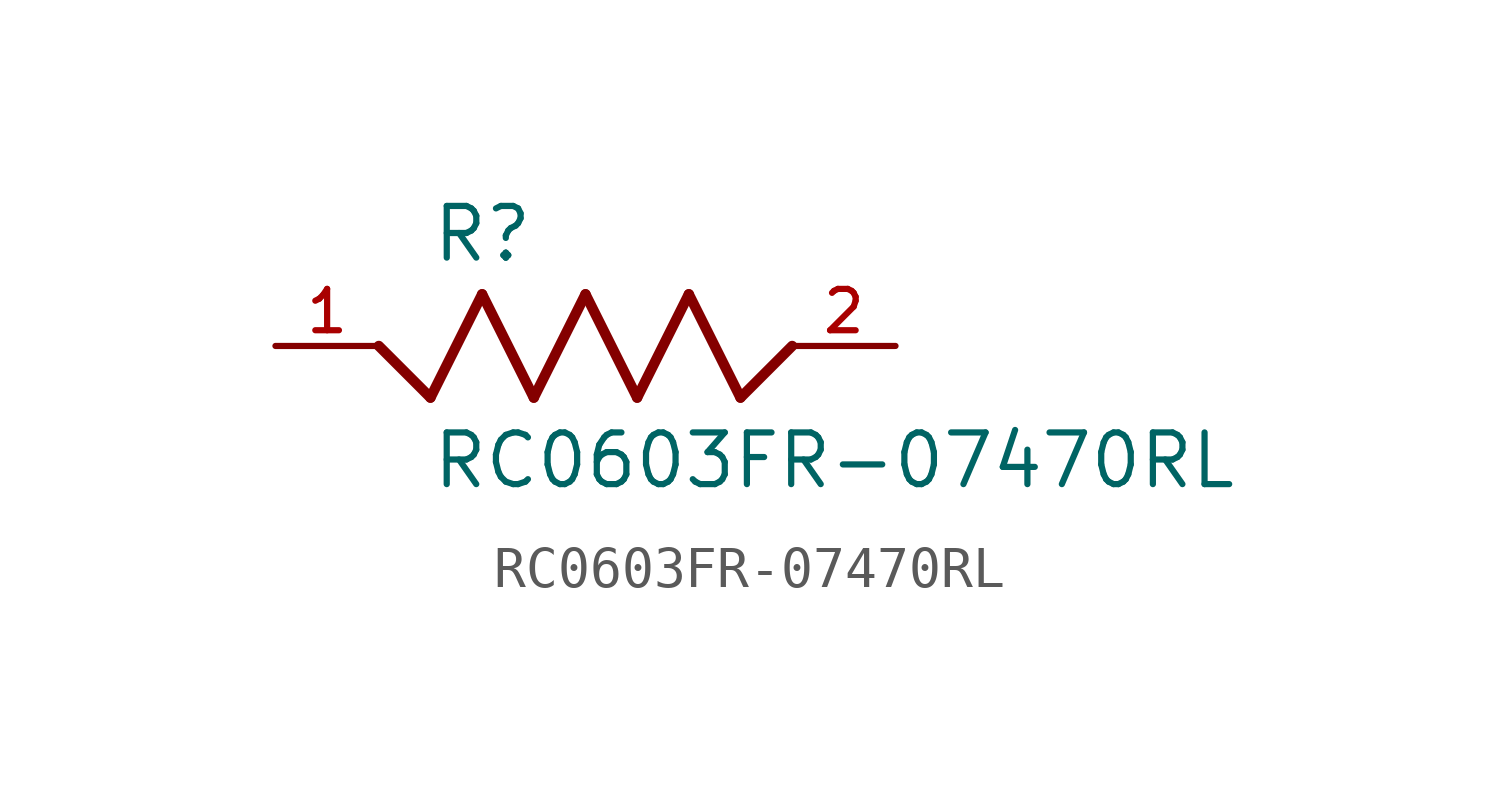
<source format=kicad_sym>
(kicad_symbol_lib
  (version 20241209)
  (generator "kicad_symbol_editor")
  (generator_version "9.0")
  (symbol "RC0603FR-07470RL"
    (pin_names
      (offset 1.016))
    (property "Reference" "R"
      (at -3.812 2.008 0)
      (effects (font (size 1.27 1.27)) (justify left bottom)))
    (property "Value" "RC0603FR-07470RL"
      (at -3.813 -3.559 0)
      (effects (font (size 1.27 1.27)) (justify left bottom)))
    (symbol "RC0603FR-07470RL_0_0"
      (polyline (pts (xy -5.08 0) (xy -3.81 -1.27)) (stroke (width 0.254) (type default)) (fill (type none)))
      (polyline (pts (xy -3.81 -1.27) (xy -2.54 1.27)) (stroke (width 0.254) (type default)) (fill (type none)))
      (polyline (pts (xy -2.54 1.27) (xy -1.27 -1.27)) (stroke (width 0.254) (type default)) (fill (type none)))
      (polyline (pts (xy -1.27 -1.27) (xy 0 1.27)) (stroke (width 0.254) (type default)) (fill (type none)))
      (polyline (pts (xy 0 1.27) (xy 1.27 -1.27)) (stroke (width 0.254) (type default)) (fill (type none)))
      (polyline (pts (xy 1.27 -1.27) (xy 2.54 1.27)) (stroke (width 0.254) (type default)) (fill (type none)))
      (polyline (pts (xy 2.54 1.27) (xy 3.81 -1.27)) (stroke (width 0.254) (type default)) (fill (type none)))
      (polyline (pts (xy 3.81 -1.27) (xy 5.08 0)) (stroke (width 0.254) (type default)) (fill (type none)))
      (pin passive line (at -7.62 0 0) (length 2.54) (name "~" (effects (font (size 1.016 1.016)))) (number "1" (effects (font (size 1.016 1.016)))))
      (pin passive line (at 7.62 0 180) (length 2.54) (name "~" (effects (font (size 1.016 1.016)))) (number "2" (effects (font (size 1.016 1.016))))))))
</source>
